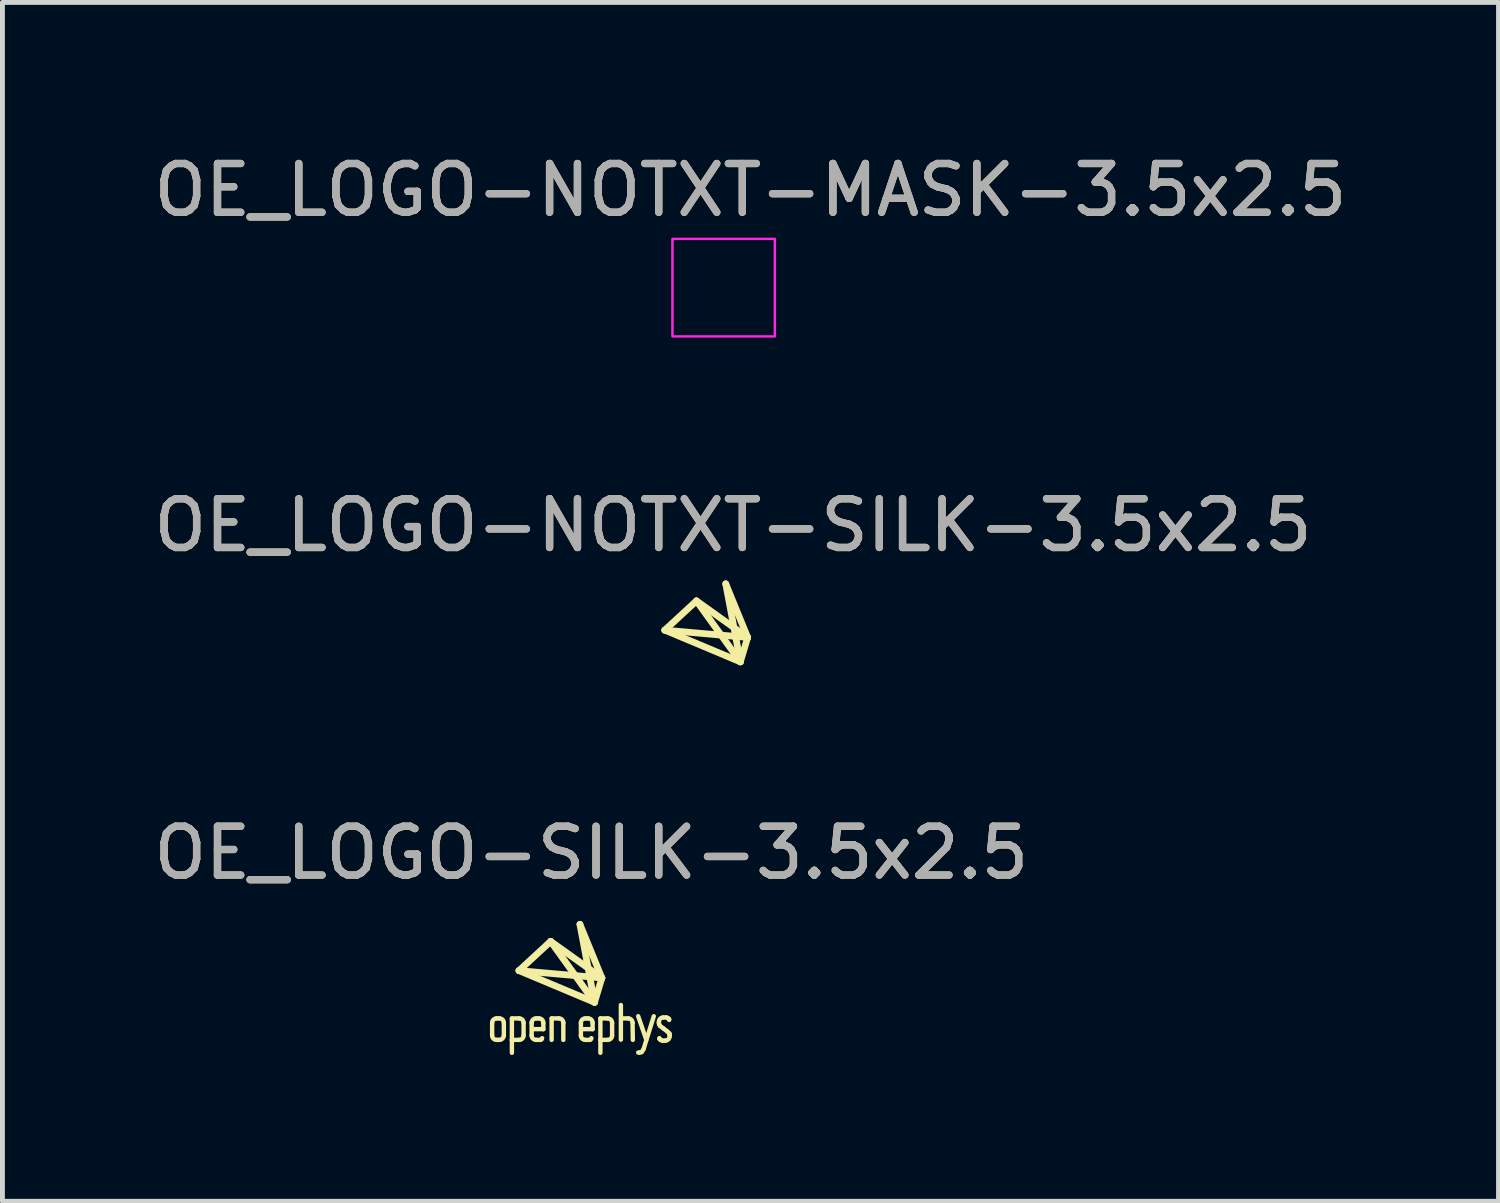
<source format=kicad_pcb>
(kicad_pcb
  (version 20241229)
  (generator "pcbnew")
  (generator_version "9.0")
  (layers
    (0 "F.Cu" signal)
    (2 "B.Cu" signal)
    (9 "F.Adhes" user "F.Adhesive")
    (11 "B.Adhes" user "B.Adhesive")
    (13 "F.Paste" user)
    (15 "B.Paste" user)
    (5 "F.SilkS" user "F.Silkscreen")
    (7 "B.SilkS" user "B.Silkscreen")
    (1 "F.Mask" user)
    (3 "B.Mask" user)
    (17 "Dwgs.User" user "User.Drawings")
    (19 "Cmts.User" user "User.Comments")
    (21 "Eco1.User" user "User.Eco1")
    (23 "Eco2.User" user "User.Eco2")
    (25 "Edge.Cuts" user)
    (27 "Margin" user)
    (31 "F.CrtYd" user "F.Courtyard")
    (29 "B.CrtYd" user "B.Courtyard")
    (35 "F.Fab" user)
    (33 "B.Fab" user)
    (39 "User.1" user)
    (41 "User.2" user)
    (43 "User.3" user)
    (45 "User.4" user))
  (footprint "OE_LOGO-SILK-3.5x2.5"
    (layer "F.Cu")
    (at 9.077 17.639)
    (property "Reference" "OE_LOGO-SILK-3.5x2.5" (at 0 -3.2 0) (unlocked yes) (layer "F.SilkS") (effects (font (size 1 1) (thickness 0.15))))
    (attr smd)
    (fp_line (start -2.035 0.285) (end -2.035 0.545) (stroke (width 0.09) (type solid)) (layer "F.SilkS"))
    (fp_line (start -1.945 0.635) (end -1.895 0.635) (stroke (width 0.09) (type solid)) (layer "F.SilkS"))
    (fp_line (start -1.885 0.195) (end -1.945 0.195) (stroke (width 0.09) (type solid)) (layer "F.SilkS"))
    (fp_line (start -1.795 0.545) (end -1.795 0.285) (stroke (width 0.09) (type solid)) (layer "F.SilkS"))
    (fp_line (start -1.63 0.195) (end -1.63 0.635) (stroke (width 0.09) (type solid)) (layer "F.SilkS"))
    (fp_line (start -1.63 0.635) (end -1.48 0.635) (stroke (width 0.09) (type solid)) (layer "F.SilkS"))
    (fp_line (start -1.63 0.64) (end -1.63 0.9) (stroke (width 0.09) (type solid)) (layer "F.SilkS"))
    (fp_line (start -1.485 -0.785) (end -0.835 -1.385) (stroke (width 0.138) (type solid)) (layer "F.SilkS"))
    (fp_line (start -1.485 -0.785) (end 0.215 -0.635) (stroke (width 0.138) (type solid)) (layer "F.SilkS"))
    (fp_line (start -1.48 0.195) (end -1.63 0.195) (stroke (width 0.09) (type solid)) (layer "F.SilkS"))
    (fp_line (start -1.39 0.545) (end -1.39 0.285) (stroke (width 0.09) (type solid)) (layer "F.SilkS"))
    (fp_line (start -1.225 0.285) (end -1.225 0.545) (stroke (width 0.09) (type solid)) (layer "F.SilkS"))
    (fp_line (start -1.195 0.415) (end -0.985 0.415) (stroke (width 0.09) (type solid)) (layer "F.SilkS"))
    (fp_line (start -1.135 0.635) (end -1.045 0.635) (stroke (width 0.09) (type solid)) (layer "F.SilkS"))
    (fp_line (start -1.075 0.195) (end -1.135 0.195) (stroke (width 0.09) (type solid)) (layer "F.SilkS"))
    (fp_line (start -0.985 0.295) (end -0.985 0.415) (stroke (width 0.09) (type solid)) (layer "F.SilkS"))
    (fp_line (start -0.835 -1.385) (end 0.065 -0.135) (stroke (width 0.138) (type solid)) (layer "F.SilkS"))
    (fp_line (start -0.815 0.195) (end -0.815 0.635) (stroke (width 0.09) (type solid)) (layer "F.SilkS"))
    (fp_line (start -0.665 0.195) (end -0.815 0.195) (stroke (width 0.09) (type solid)) (layer "F.SilkS"))
    (fp_line (start -0.575 0.635) (end -0.575 0.285) (stroke (width 0.09) (type solid)) (layer "F.SilkS"))
    (fp_line (start -0.235 -1.735) (end 0.215 -0.635) (stroke (width 0.138) (type solid)) (layer "F.SilkS"))
    (fp_line (start -0.215 0.285) (end -0.215 0.545) (stroke (width 0.09) (type solid)) (layer "F.SilkS"))
    (fp_line (start -0.185 0.415) (end 0.025 0.415) (stroke (width 0.09) (type solid)) (layer "F.SilkS"))
    (fp_line (start -0.125 0.635) (end -0.035 0.635) (stroke (width 0.09) (type solid)) (layer "F.SilkS"))
    (fp_line (start -0.065 0.195) (end -0.125 0.195) (stroke (width 0.09) (type solid)) (layer "F.SilkS"))
    (fp_line (start 0.025 0.295) (end 0.025 0.415) (stroke (width 0.09) (type solid)) (layer "F.SilkS"))
    (fp_line (start 0.065 -0.135) (end -1.485 -0.785) (stroke (width 0.138) (type solid)) (layer "F.SilkS"))
    (fp_line (start 0.065 -0.135) (end -0.235 -1.735) (stroke (width 0.138) (type solid)) (layer "F.SilkS"))
    (fp_line (start 0.065 -0.135) (end 0.215 -0.635) (stroke (width 0.138) (type solid)) (layer "F.SilkS"))
    (fp_line (start 0.185 0.195) (end 0.185 0.635) (stroke (width 0.09) (type solid)) (layer "F.SilkS"))
    (fp_line (start 0.185 0.635) (end 0.335 0.635) (stroke (width 0.09) (type solid)) (layer "F.SilkS"))
    (fp_line (start 0.185 0.64) (end 0.185 0.9) (stroke (width 0.09) (type solid)) (layer "F.SilkS"))
    (fp_line (start 0.215 -0.635) (end -0.835 -1.385) (stroke (width 0.138) (type solid)) (layer "F.SilkS"))
    (fp_line (start 0.335 0.195) (end 0.185 0.195) (stroke (width 0.09) (type solid)) (layer "F.SilkS"))
    (fp_line (start 0.425 0.545) (end 0.425 0.285) (stroke (width 0.09) (type solid)) (layer "F.SilkS"))
    (fp_line (start 0.605 0.63) (end 0.605 -0.08) (stroke (width 0.09) (type solid)) (layer "F.SilkS"))
    (fp_line (start 0.755 0.195) (end 0.64 0.195) (stroke (width 0.09) (type solid)) (layer "F.SilkS"))
    (fp_line (start 0.85 0.635) (end 0.845 0.285) (stroke (width 0.09) (type solid)) (layer "F.SilkS"))
    (fp_line (start 0.96 0.15) (end 1.125 0.63) (stroke (width 0.09) (type solid)) (layer "F.SilkS"))
    (fp_line (start 0.985 0.895) (end 0.96 0.895) (stroke (width 0.09) (type solid)) (layer "F.SilkS"))
    (fp_line (start 1.03 0.885) (end 0.985 0.895) (stroke (width 0.09) (type solid)) (layer "F.SilkS"))
    (fp_line (start 1.065 0.835) (end 1.03 0.885) (stroke (width 0.09) (type solid)) (layer "F.SilkS"))
    (fp_line (start 1.28 0.15) (end 1.07 0.825) (stroke (width 0.09) (type solid)) (layer "F.SilkS"))
    (fp_line (start 1.385 0.27) (end 1.385 0.295) (stroke (width 0.09) (type solid)) (layer "F.SilkS"))
    (fp_line (start 1.385 0.295) (end 1.39 0.32) (stroke (width 0.09) (type solid)) (layer "F.SilkS"))
    (fp_line (start 1.39 0.32) (end 1.41 0.35) (stroke (width 0.09) (type solid)) (layer "F.SilkS"))
    (fp_line (start 1.395 0.61) (end 1.395 0.6) (stroke (width 0.09) (type solid)) (layer "F.SilkS"))
    (fp_line (start 1.405 0.625) (end 1.395 0.61) (stroke (width 0.09) (type solid)) (layer "F.SilkS"))
    (fp_line (start 1.41 0.35) (end 1.49 0.41) (stroke (width 0.09) (type solid)) (layer "F.SilkS"))
    (fp_line (start 1.43 0.64) (end 1.405 0.625) (stroke (width 0.09) (type solid)) (layer "F.SilkS"))
    (fp_line (start 1.45 0.65) (end 1.43 0.64) (stroke (width 0.09) (type solid)) (layer "F.SilkS"))
    (fp_line (start 1.455 0.65) (end 1.515 0.65) (stroke (width 0.09) (type solid)) (layer "F.SilkS"))
    (fp_line (start 1.535 0.175) (end 1.475 0.175) (stroke (width 0.09) (type solid)) (layer "F.SilkS"))
    (fp_line (start 1.54 0.175) (end 1.56 0.185) (stroke (width 0.09) (type solid)) (layer "F.SilkS"))
    (fp_line (start 1.555 0.46) (end 1.475 0.4) (stroke (width 0.09) (type solid)) (layer "F.SilkS"))
    (fp_line (start 1.56 0.185) (end 1.585 0.2) (stroke (width 0.09) (type solid)) (layer "F.SilkS"))
    (fp_line (start 1.585 0.2) (end 1.595 0.215) (stroke (width 0.09) (type solid)) (layer "F.SilkS"))
    (fp_line (start 1.595 0.215) (end 1.595 0.225) (stroke (width 0.09) (type solid)) (layer "F.SilkS"))
    (fp_line (start 1.6 0.505) (end 1.555 0.46) (stroke (width 0.09) (type solid)) (layer "F.SilkS"))
    (fp_line (start 1.605 0.53) (end 1.6 0.505) (stroke (width 0.09) (type solid)) (layer "F.SilkS"))
    (fp_line (start 1.605 0.555) (end 1.605 0.53) (stroke (width 0.09) (type solid)) (layer "F.SilkS"))
    (fp_arc (start -2.035 0.285) (mid -2.00864 0.22136) (end -1.945 0.195) (stroke (width 0.09) (type solid)) (layer "F.SilkS"))
    (fp_arc (start -1.945 0.635) (mid -2.00864 0.60864) (end -2.035 0.545) (stroke (width 0.09) (type solid)) (layer "F.SilkS"))
    (fp_arc (start -1.885 0.195) (mid -1.82136 0.22136) (end -1.795 0.285) (stroke (width 0.09) (type solid)) (layer "F.SilkS"))
    (fp_arc (start -1.795 0.545) (mid -1.826361 0.61071) (end -1.895 0.635) (stroke (width 0.09) (type solid)) (layer "F.SilkS"))
    (fp_arc (start -1.48 0.195) (mid -1.41636 0.22136) (end -1.39 0.285) (stroke (width 0.09) (type solid)) (layer "F.SilkS"))
    (fp_arc (start -1.39 0.545) (mid -1.41636 0.60864) (end -1.48 0.635) (stroke (width 0.09) (type solid)) (layer "F.SilkS"))
    (fp_arc (start -1.225 0.285) (mid -1.19864 0.22136) (end -1.135 0.195) (stroke (width 0.09) (type solid)) (layer "F.SilkS"))
    (fp_arc (start -1.135 0.635) (mid -1.19864 0.60864) (end -1.225 0.545) (stroke (width 0.09) (type solid)) (layer "F.SilkS"))
    (fp_arc (start -1.075 0.195) (mid -1.01136 0.22136) (end -0.985 0.285) (stroke (width 0.09) (type solid)) (layer "F.SilkS"))
    (fp_arc (start -1.01 0.6) (mid -1.020251 0.624749) (end -1.045 0.635) (stroke (width 0.09) (type solid)) (layer "F.SilkS"))
    (fp_arc (start -0.665 0.195) (mid -0.60136 0.22136) (end -0.575 0.285) (stroke (width 0.09) (type solid)) (layer "F.SilkS"))
    (fp_arc (start -0.215 0.285) (mid -0.18864 0.22136) (end -0.125 0.195) (stroke (width 0.09) (type solid)) (layer "F.SilkS"))
    (fp_arc (start -0.125 0.635) (mid -0.18864 0.60864) (end -0.215 0.545) (stroke (width 0.09) (type solid)) (layer "F.SilkS"))
    (fp_arc (start -0.065 0.195) (mid -0.00136 0.22136) (end 0.025 0.285) (stroke (width 0.09) (type solid)) (layer "F.SilkS"))
    (fp_arc (start 0 0.6) (mid -0.010251 0.624749) (end -0.035 0.635) (stroke (width 0.09) (type solid)) (layer "F.SilkS"))
    (fp_arc (start 0.335 0.195) (mid 0.39864 0.22136) (end 0.425 0.285) (stroke (width 0.09) (type solid)) (layer "F.SilkS"))
    (fp_arc (start 0.425 0.545) (mid 0.39864 0.60864) (end 0.335 0.635) (stroke (width 0.09) (type solid)) (layer "F.SilkS"))
    (fp_arc (start 0.755 0.195) (mid 0.81864 0.22136) (end 0.845 0.285) (stroke (width 0.09) (type solid)) (layer "F.SilkS"))
    (fp_arc (start 1.385 0.265) (mid 1.41136 0.20136) (end 1.475 0.175) (stroke (width 0.09) (type solid)) (layer "F.SilkS"))
    (fp_arc (start 1.605 0.56) (mid 1.57864 0.62364) (end 1.515 0.65) (stroke (width 0.09) (type solid)) (layer "F.SilkS"))
    (fp_text user "${REFERENCE}" (at 0 -3.2 0) (unlocked yes) (layer "F.Fab") (effects (font (size 1 1) (thickness 0.15)))))
  (footprint "OE_LOGO-NOTXT-SILK-3.5x2.5"
    (layer "F.Cu")
    (at 11.982 9.722)
    (property "Reference" "OE_LOGO-NOTXT-SILK-3.5x2.5" (at 0 -2 0) (unlocked yes) (layer "F.SilkS") (effects (font (size 1 1) (thickness 0.15))))
    (attr smd)
    (fp_line (start -1.4 0.15) (end -0.75 -0.45) (stroke (width 0.138) (type solid)) (layer "F.SilkS"))
    (fp_line (start -1.4 0.15) (end 0.3 0.3) (stroke (width 0.138) (type solid)) (layer "F.SilkS"))
    (fp_line (start -0.75 -0.45) (end 0.15 0.8) (stroke (width 0.138) (type solid)) (layer "F.SilkS"))
    (fp_line (start -0.15 -0.8) (end 0.3 0.3) (stroke (width 0.138) (type solid)) (layer "F.SilkS"))
    (fp_line (start 0.15 0.8) (end -1.4 0.15) (stroke (width 0.138) (type solid)) (layer "F.SilkS"))
    (fp_line (start 0.15 0.8) (end -0.15 -0.8) (stroke (width 0.138) (type solid)) (layer "F.SilkS"))
    (fp_line (start 0.15 0.8) (end 0.3 0.3) (stroke (width 0.138) (type solid)) (layer "F.SilkS"))
    (fp_line (start 0.3 0.3) (end -0.75 -0.45) (stroke (width 0.138) (type solid)) (layer "F.SilkS"))
    (fp_text user "${REFERENCE}" (at 0 -2 0) (unlocked yes) (layer "F.Fab") (effects (font (size 1 1) (thickness 0.15)))))
  (footprint "OE_LOGO-NOTXT-MASK-3.5x2.5"
    (layer "F.Cu")
    (at 12.339 2.848)
    (property "Reference" "OE_LOGO-NOTXT-MASK-3.5x2.5" (at 0 -2 0) (unlocked yes) (layer "F.SilkS") (effects (font (size 1 1) (thickness 0.15))))
    (attr smd)
    (fp_line (start -1.4 0.15) (end -0.75 -0.45) (stroke (width 0.138) (type solid)) (layer "F.Mask"))
    (fp_line (start -1.4 0.15) (end 0.3 0.3) (stroke (width 0.138) (type solid)) (layer "F.Mask"))
    (fp_line (start -0.75 -0.45) (end 0.15 0.8) (stroke (width 0.138) (type solid)) (layer "F.Mask"))
    (fp_line (start -0.15 -0.8) (end 0.3 0.3) (stroke (width 0.138) (type solid)) (layer "F.Mask"))
    (fp_line (start 0.15 0.8) (end -1.4 0.15) (stroke (width 0.138) (type solid)) (layer "F.Mask"))
    (fp_line (start 0.15 0.8) (end -0.15 -0.8) (stroke (width 0.138) (type solid)) (layer "F.Mask"))
    (fp_line (start 0.15 0.8) (end 0.3 0.3) (stroke (width 0.138) (type solid)) (layer "F.Mask"))
    (fp_line (start 0.3 0.3) (end -0.75 -0.45) (stroke (width 0.138) (type solid)) (layer "F.Mask"))
    (fp_rect (start -1.6 1) (end 0.5 -1) (stroke (width 0.05) (type solid)) (fill no) (layer "F.CrtYd"))
    (fp_text user "${REFERENCE}" (at 0 -2 0) (unlocked yes) (layer "F.Fab") (effects (font (size 1 1) (thickness 0.15)))))
  (gr_rect
    (start -3 -3)
    (end 27.679 21.584)
    (stroke (width 0.1) (type default))
    (fill no)
    (layer "Edge.Cuts")))
</source>
